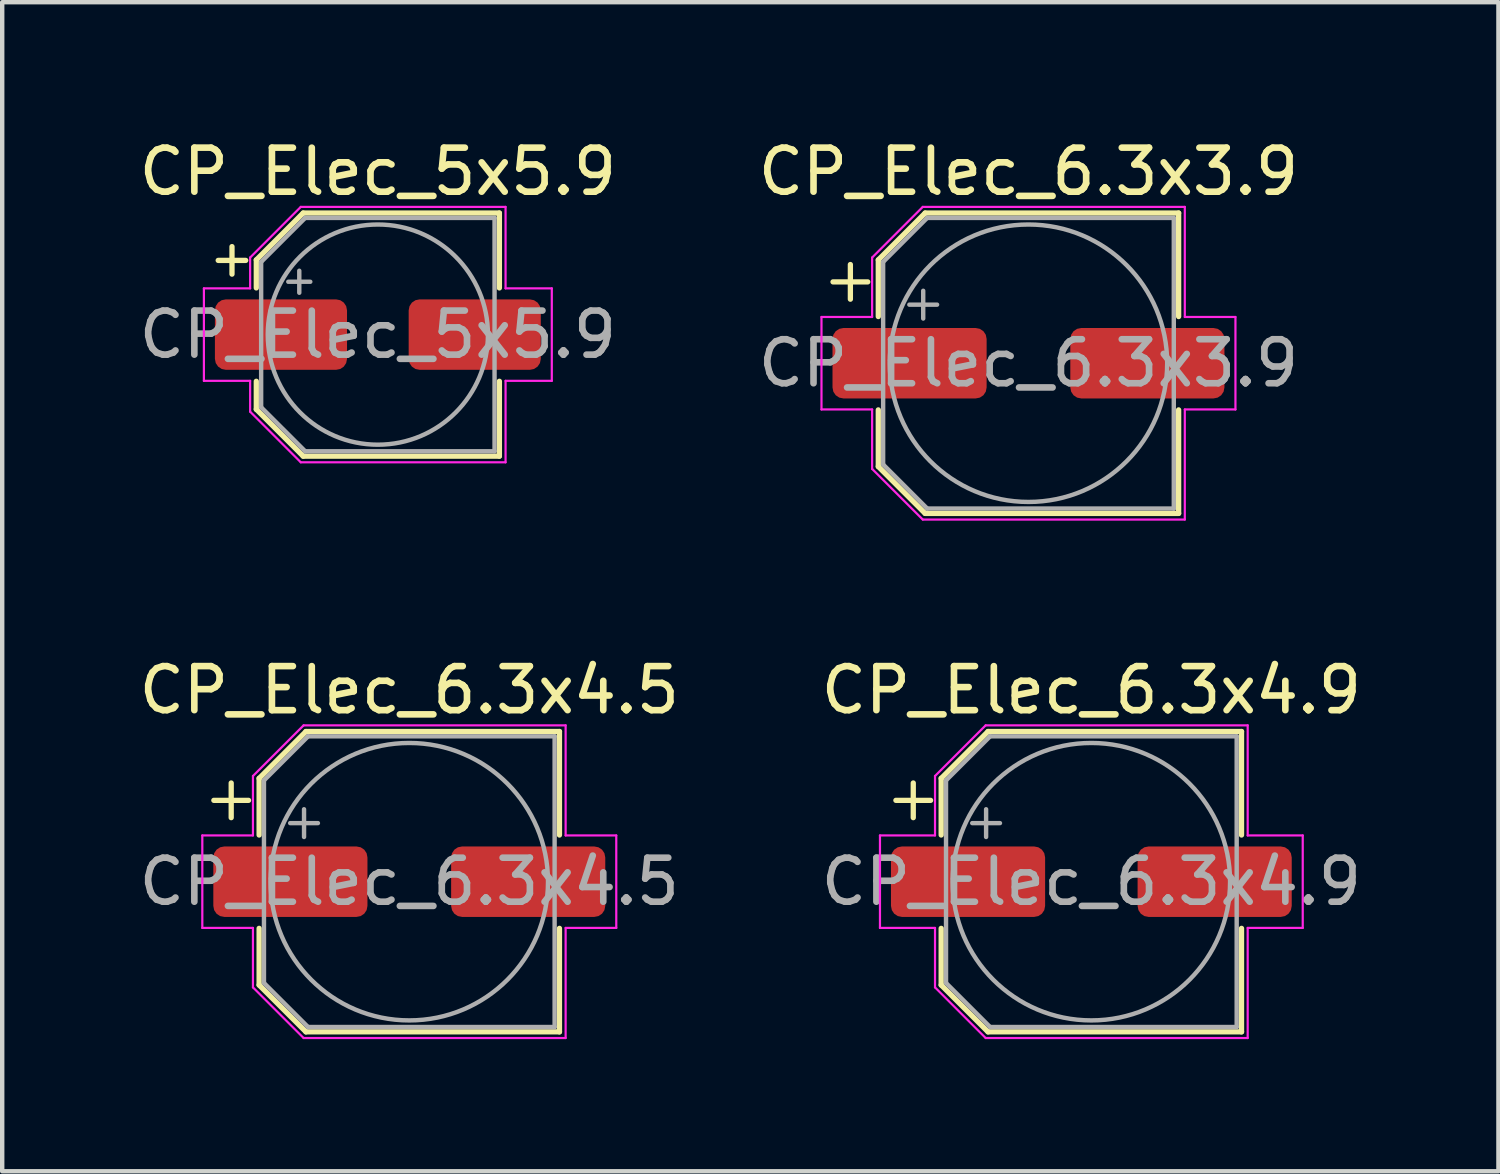
<source format=kicad_pcb>
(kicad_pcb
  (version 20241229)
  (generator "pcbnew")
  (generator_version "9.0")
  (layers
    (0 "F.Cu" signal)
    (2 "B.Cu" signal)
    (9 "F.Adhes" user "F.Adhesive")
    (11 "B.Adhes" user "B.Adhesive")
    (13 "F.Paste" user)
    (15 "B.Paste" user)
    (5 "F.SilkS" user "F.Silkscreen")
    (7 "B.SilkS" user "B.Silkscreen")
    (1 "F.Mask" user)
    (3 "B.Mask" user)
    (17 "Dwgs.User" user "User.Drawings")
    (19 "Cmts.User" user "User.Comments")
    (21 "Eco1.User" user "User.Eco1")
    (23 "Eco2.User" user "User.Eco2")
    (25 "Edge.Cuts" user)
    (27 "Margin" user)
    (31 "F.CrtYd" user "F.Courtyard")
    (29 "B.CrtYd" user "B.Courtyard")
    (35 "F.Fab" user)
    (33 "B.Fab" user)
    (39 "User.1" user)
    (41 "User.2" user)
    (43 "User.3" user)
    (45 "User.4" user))
  (footprint "CP_Elec_6.3x3.9"
    (layer "F.Cu")
    (at 20.304 5.198)
    (property "Reference" "CP_Elec_6.3x3.9" (at 0 -4.35 0) (layer "F.SilkS") (effects (font (size 1 1) (thickness 0.15))))
    (attr smd)
    (fp_line (start -4.438 -1.847) (end -3.65 -1.847) (stroke (width 0.12) (type solid)) (layer "F.SilkS"))
    (fp_line (start -4.044 -2.241) (end -4.044 -1.454) (stroke (width 0.12) (type solid)) (layer "F.SilkS"))
    (fp_line (start -3.41 -2.346) (end -3.41 -1.06) (stroke (width 0.12) (type solid)) (layer "F.SilkS"))
    (fp_line (start -3.41 -2.346) (end -2.346 -3.41) (stroke (width 0.12) (type solid)) (layer "F.SilkS"))
    (fp_line (start -3.41 2.346) (end -3.41 1.06) (stroke (width 0.12) (type solid)) (layer "F.SilkS"))
    (fp_line (start -3.41 2.346) (end -2.346 3.41) (stroke (width 0.12) (type solid)) (layer "F.SilkS"))
    (fp_line (start -2.346 -3.41) (end 3.41 -3.41) (stroke (width 0.12) (type solid)) (layer "F.SilkS"))
    (fp_line (start -2.346 3.41) (end 3.41 3.41) (stroke (width 0.12) (type solid)) (layer "F.SilkS"))
    (fp_line (start 3.41 -3.41) (end 3.41 -1.06) (stroke (width 0.12) (type solid)) (layer "F.SilkS"))
    (fp_line (start 3.41 3.41) (end 3.41 1.06) (stroke (width 0.12) (type solid)) (layer "F.SilkS"))
    (fp_line (start -4.7 -1.05) (end -4.7 1.05) (stroke (width 0.05) (type solid)) (layer "F.CrtYd"))
    (fp_line (start -4.7 1.05) (end -3.55 1.05) (stroke (width 0.05) (type solid)) (layer "F.CrtYd"))
    (fp_line (start -3.55 -2.4) (end -3.55 -1.05) (stroke (width 0.05) (type solid)) (layer "F.CrtYd"))
    (fp_line (start -3.55 -2.4) (end -2.4 -3.55) (stroke (width 0.05) (type solid)) (layer "F.CrtYd"))
    (fp_line (start -3.55 -1.05) (end -4.7 -1.05) (stroke (width 0.05) (type solid)) (layer "F.CrtYd"))
    (fp_line (start -3.55 1.05) (end -3.55 2.4) (stroke (width 0.05) (type solid)) (layer "F.CrtYd"))
    (fp_line (start -3.55 2.4) (end -2.4 3.55) (stroke (width 0.05) (type solid)) (layer "F.CrtYd"))
    (fp_line (start -2.4 -3.55) (end 3.55 -3.55) (stroke (width 0.05) (type solid)) (layer "F.CrtYd"))
    (fp_line (start -2.4 3.55) (end 3.55 3.55) (stroke (width 0.05) (type solid)) (layer "F.CrtYd"))
    (fp_line (start 3.55 -3.55) (end 3.55 -1.05) (stroke (width 0.05) (type solid)) (layer "F.CrtYd"))
    (fp_line (start 3.55 -1.05) (end 4.7 -1.05) (stroke (width 0.05) (type solid)) (layer "F.CrtYd"))
    (fp_line (start 3.55 1.05) (end 3.55 3.55) (stroke (width 0.05) (type solid)) (layer "F.CrtYd"))
    (fp_line (start 4.7 -1.05) (end 4.7 1.05) (stroke (width 0.05) (type solid)) (layer "F.CrtYd"))
    (fp_line (start 4.7 1.05) (end 3.55 1.05) (stroke (width 0.05) (type solid)) (layer "F.CrtYd"))
    (fp_line (start -3.3 -2.3) (end -3.3 2.3) (stroke (width 0.1) (type solid)) (layer "F.Fab"))
    (fp_line (start -3.3 -2.3) (end -2.3 -3.3) (stroke (width 0.1) (type solid)) (layer "F.Fab"))
    (fp_line (start -3.3 2.3) (end -2.3 3.3) (stroke (width 0.1) (type solid)) (layer "F.Fab"))
    (fp_line (start -2.705 -1.33) (end -2.075 -1.33) (stroke (width 0.1) (type solid)) (layer "F.Fab"))
    (fp_line (start -2.39 -1.645) (end -2.39 -1.015) (stroke (width 0.1) (type solid)) (layer "F.Fab"))
    (fp_line (start -2.3 -3.3) (end 3.3 -3.3) (stroke (width 0.1) (type solid)) (layer "F.Fab"))
    (fp_line (start -2.3 3.3) (end 3.3 3.3) (stroke (width 0.1) (type solid)) (layer "F.Fab"))
    (fp_line (start 3.3 -3.3) (end 3.3 3.3) (stroke (width 0.1) (type solid)) (layer "F.Fab"))
    (fp_circle (center 0 0) (end 3.15 0) (stroke (width 0.1) (type solid)) (fill no) (layer "F.Fab"))
    (fp_text user "${REFERENCE}" (at 0 0 0) (layer "F.Fab") (effects (font (size 1 1) (thickness 0.15))))
    (pad "1" smd roundrect (at -2.7 0) (size 3.5 1.6) (layers "F.Cu" "F.Mask" "F.Paste") (roundrect_rratio 0.156))
    (pad "2" smd roundrect (at 2.7 0) (size 3.5 1.6) (layers "F.Cu" "F.Mask" "F.Paste") (roundrect_rratio 0.156)))
  (footprint "CP_Elec_6.3x4.5"
    (layer "F.Cu")
    (at 6.244 16.971)
    (property "Reference" "CP_Elec_6.3x4.5" (at 0 -4.35 0) (layer "F.SilkS") (effects (font (size 1 1) (thickness 0.15))))
    (attr smd)
    (fp_line (start -4.438 -1.847) (end -3.65 -1.847) (stroke (width 0.12) (type solid)) (layer "F.SilkS"))
    (fp_line (start -4.044 -2.241) (end -4.044 -1.454) (stroke (width 0.12) (type solid)) (layer "F.SilkS"))
    (fp_line (start -3.41 -2.346) (end -3.41 -1.06) (stroke (width 0.12) (type solid)) (layer "F.SilkS"))
    (fp_line (start -3.41 -2.346) (end -2.346 -3.41) (stroke (width 0.12) (type solid)) (layer "F.SilkS"))
    (fp_line (start -3.41 2.346) (end -3.41 1.06) (stroke (width 0.12) (type solid)) (layer "F.SilkS"))
    (fp_line (start -3.41 2.346) (end -2.346 3.41) (stroke (width 0.12) (type solid)) (layer "F.SilkS"))
    (fp_line (start -2.346 -3.41) (end 3.41 -3.41) (stroke (width 0.12) (type solid)) (layer "F.SilkS"))
    (fp_line (start -2.346 3.41) (end 3.41 3.41) (stroke (width 0.12) (type solid)) (layer "F.SilkS"))
    (fp_line (start 3.41 -3.41) (end 3.41 -1.06) (stroke (width 0.12) (type solid)) (layer "F.SilkS"))
    (fp_line (start 3.41 3.41) (end 3.41 1.06) (stroke (width 0.12) (type solid)) (layer "F.SilkS"))
    (fp_line (start -4.7 -1.05) (end -4.7 1.05) (stroke (width 0.05) (type solid)) (layer "F.CrtYd"))
    (fp_line (start -4.7 1.05) (end -3.55 1.05) (stroke (width 0.05) (type solid)) (layer "F.CrtYd"))
    (fp_line (start -3.55 -2.4) (end -3.55 -1.05) (stroke (width 0.05) (type solid)) (layer "F.CrtYd"))
    (fp_line (start -3.55 -2.4) (end -2.4 -3.55) (stroke (width 0.05) (type solid)) (layer "F.CrtYd"))
    (fp_line (start -3.55 -1.05) (end -4.7 -1.05) (stroke (width 0.05) (type solid)) (layer "F.CrtYd"))
    (fp_line (start -3.55 1.05) (end -3.55 2.4) (stroke (width 0.05) (type solid)) (layer "F.CrtYd"))
    (fp_line (start -3.55 2.4) (end -2.4 3.55) (stroke (width 0.05) (type solid)) (layer "F.CrtYd"))
    (fp_line (start -2.4 -3.55) (end 3.55 -3.55) (stroke (width 0.05) (type solid)) (layer "F.CrtYd"))
    (fp_line (start -2.4 3.55) (end 3.55 3.55) (stroke (width 0.05) (type solid)) (layer "F.CrtYd"))
    (fp_line (start 3.55 -3.55) (end 3.55 -1.05) (stroke (width 0.05) (type solid)) (layer "F.CrtYd"))
    (fp_line (start 3.55 -1.05) (end 4.7 -1.05) (stroke (width 0.05) (type solid)) (layer "F.CrtYd"))
    (fp_line (start 3.55 1.05) (end 3.55 3.55) (stroke (width 0.05) (type solid)) (layer "F.CrtYd"))
    (fp_line (start 4.7 -1.05) (end 4.7 1.05) (stroke (width 0.05) (type solid)) (layer "F.CrtYd"))
    (fp_line (start 4.7 1.05) (end 3.55 1.05) (stroke (width 0.05) (type solid)) (layer "F.CrtYd"))
    (fp_line (start -3.3 -2.3) (end -3.3 2.3) (stroke (width 0.1) (type solid)) (layer "F.Fab"))
    (fp_line (start -3.3 -2.3) (end -2.3 -3.3) (stroke (width 0.1) (type solid)) (layer "F.Fab"))
    (fp_line (start -3.3 2.3) (end -2.3 3.3) (stroke (width 0.1) (type solid)) (layer "F.Fab"))
    (fp_line (start -2.705 -1.33) (end -2.075 -1.33) (stroke (width 0.1) (type solid)) (layer "F.Fab"))
    (fp_line (start -2.39 -1.645) (end -2.39 -1.015) (stroke (width 0.1) (type solid)) (layer "F.Fab"))
    (fp_line (start -2.3 -3.3) (end 3.3 -3.3) (stroke (width 0.1) (type solid)) (layer "F.Fab"))
    (fp_line (start -2.3 3.3) (end 3.3 3.3) (stroke (width 0.1) (type solid)) (layer "F.Fab"))
    (fp_line (start 3.3 -3.3) (end 3.3 3.3) (stroke (width 0.1) (type solid)) (layer "F.Fab"))
    (fp_circle (center 0 0) (end 3.15 0) (stroke (width 0.1) (type solid)) (fill no) (layer "F.Fab"))
    (fp_text user "${REFERENCE}" (at 0 0 0) (layer "F.Fab") (effects (font (size 1 1) (thickness 0.15))))
    (pad "1" smd roundrect (at -2.7 0) (size 3.5 1.6) (layers "F.Cu" "F.Mask" "F.Paste") (roundrect_rratio 0.156))
    (pad "2" smd roundrect (at 2.7 0) (size 3.5 1.6) (layers "F.Cu" "F.Mask" "F.Paste") (roundrect_rratio 0.156)))
  (footprint "CP_Elec_5x5.9"
    (layer "F.Cu")
    (at 5.53 4.548)
    (property "Reference" "CP_Elec_5x5.9" (at 0 -3.7 0) (layer "F.SilkS") (effects (font (size 1 1) (thickness 0.15))))
    (attr smd)
    (fp_line (start -3.625 -1.685) (end -3 -1.685) (stroke (width 0.12) (type solid)) (layer "F.SilkS"))
    (fp_line (start -3.312 -1.998) (end -3.312 -1.373) (stroke (width 0.12) (type solid)) (layer "F.SilkS"))
    (fp_line (start -2.76 -1.696) (end -2.76 -1.06) (stroke (width 0.12) (type solid)) (layer "F.SilkS"))
    (fp_line (start -2.76 -1.696) (end -1.696 -2.76) (stroke (width 0.12) (type solid)) (layer "F.SilkS"))
    (fp_line (start -2.76 1.696) (end -2.76 1.06) (stroke (width 0.12) (type solid)) (layer "F.SilkS"))
    (fp_line (start -2.76 1.696) (end -1.696 2.76) (stroke (width 0.12) (type solid)) (layer "F.SilkS"))
    (fp_line (start -1.696 -2.76) (end 2.76 -2.76) (stroke (width 0.12) (type solid)) (layer "F.SilkS"))
    (fp_line (start -1.696 2.76) (end 2.76 2.76) (stroke (width 0.12) (type solid)) (layer "F.SilkS"))
    (fp_line (start 2.76 -2.76) (end 2.76 -1.06) (stroke (width 0.12) (type solid)) (layer "F.SilkS"))
    (fp_line (start 2.76 2.76) (end 2.76 1.06) (stroke (width 0.12) (type solid)) (layer "F.SilkS"))
    (fp_line (start -3.95 -1.05) (end -3.95 1.05) (stroke (width 0.05) (type solid)) (layer "F.CrtYd"))
    (fp_line (start -3.95 1.05) (end -2.9 1.05) (stroke (width 0.05) (type solid)) (layer "F.CrtYd"))
    (fp_line (start -2.9 -1.75) (end -2.9 -1.05) (stroke (width 0.05) (type solid)) (layer "F.CrtYd"))
    (fp_line (start -2.9 -1.75) (end -1.75 -2.9) (stroke (width 0.05) (type solid)) (layer "F.CrtYd"))
    (fp_line (start -2.9 -1.05) (end -3.95 -1.05) (stroke (width 0.05) (type solid)) (layer "F.CrtYd"))
    (fp_line (start -2.9 1.05) (end -2.9 1.75) (stroke (width 0.05) (type solid)) (layer "F.CrtYd"))
    (fp_line (start -2.9 1.75) (end -1.75 2.9) (stroke (width 0.05) (type solid)) (layer "F.CrtYd"))
    (fp_line (start -1.75 -2.9) (end 2.9 -2.9) (stroke (width 0.05) (type solid)) (layer "F.CrtYd"))
    (fp_line (start -1.75 2.9) (end 2.9 2.9) (stroke (width 0.05) (type solid)) (layer "F.CrtYd"))
    (fp_line (start 2.9 -2.9) (end 2.9 -1.05) (stroke (width 0.05) (type solid)) (layer "F.CrtYd"))
    (fp_line (start 2.9 -1.05) (end 3.95 -1.05) (stroke (width 0.05) (type solid)) (layer "F.CrtYd"))
    (fp_line (start 2.9 1.05) (end 2.9 2.9) (stroke (width 0.05) (type solid)) (layer "F.CrtYd"))
    (fp_line (start 3.95 -1.05) (end 3.95 1.05) (stroke (width 0.05) (type solid)) (layer "F.CrtYd"))
    (fp_line (start 3.95 1.05) (end 2.9 1.05) (stroke (width 0.05) (type solid)) (layer "F.CrtYd"))
    (fp_line (start -2.65 -1.65) (end -2.65 1.65) (stroke (width 0.1) (type solid)) (layer "F.Fab"))
    (fp_line (start -2.65 -1.65) (end -1.65 -2.65) (stroke (width 0.1) (type solid)) (layer "F.Fab"))
    (fp_line (start -2.65 1.65) (end -1.65 2.65) (stroke (width 0.1) (type solid)) (layer "F.Fab"))
    (fp_line (start -2.034 -1.2) (end -1.534 -1.2) (stroke (width 0.1) (type solid)) (layer "F.Fab"))
    (fp_line (start -1.784 -1.45) (end -1.784 -0.95) (stroke (width 0.1) (type solid)) (layer "F.Fab"))
    (fp_line (start -1.65 -2.65) (end 2.65 -2.65) (stroke (width 0.1) (type solid)) (layer "F.Fab"))
    (fp_line (start -1.65 2.65) (end 2.65 2.65) (stroke (width 0.1) (type solid)) (layer "F.Fab"))
    (fp_line (start 2.65 -2.65) (end 2.65 2.65) (stroke (width 0.1) (type solid)) (layer "F.Fab"))
    (fp_circle (center 0 0) (end 2.5 0) (stroke (width 0.1) (type solid)) (fill no) (layer "F.Fab"))
    (fp_text user "${REFERENCE}" (at 0 0 0) (layer "F.Fab") (effects (font (size 1 1) (thickness 0.15))))
    (pad "1" smd roundrect (at -2.2 0) (size 3 1.6) (layers "F.Cu" "F.Mask" "F.Paste") (roundrect_rratio 0.156))
    (pad "2" smd roundrect (at 2.2 0) (size 3 1.6) (layers "F.Cu" "F.Mask" "F.Paste") (roundrect_rratio 0.156)))
  (footprint "CP_Elec_6.3x4.9"
    (layer "F.Cu")
    (at 21.732 16.971)
    (property "Reference" "CP_Elec_6.3x4.9" (at 0 -4.35 0) (layer "F.SilkS") (effects (font (size 1 1) (thickness 0.15))))
    (attr smd)
    (fp_line (start -4.438 -1.847) (end -3.65 -1.847) (stroke (width 0.12) (type solid)) (layer "F.SilkS"))
    (fp_line (start -4.044 -2.241) (end -4.044 -1.454) (stroke (width 0.12) (type solid)) (layer "F.SilkS"))
    (fp_line (start -3.41 -2.346) (end -3.41 -1.06) (stroke (width 0.12) (type solid)) (layer "F.SilkS"))
    (fp_line (start -3.41 -2.346) (end -2.346 -3.41) (stroke (width 0.12) (type solid)) (layer "F.SilkS"))
    (fp_line (start -3.41 2.346) (end -3.41 1.06) (stroke (width 0.12) (type solid)) (layer "F.SilkS"))
    (fp_line (start -3.41 2.346) (end -2.346 3.41) (stroke (width 0.12) (type solid)) (layer "F.SilkS"))
    (fp_line (start -2.346 -3.41) (end 3.41 -3.41) (stroke (width 0.12) (type solid)) (layer "F.SilkS"))
    (fp_line (start -2.346 3.41) (end 3.41 3.41) (stroke (width 0.12) (type solid)) (layer "F.SilkS"))
    (fp_line (start 3.41 -3.41) (end 3.41 -1.06) (stroke (width 0.12) (type solid)) (layer "F.SilkS"))
    (fp_line (start 3.41 3.41) (end 3.41 1.06) (stroke (width 0.12) (type solid)) (layer "F.SilkS"))
    (fp_line (start -4.8 -1.05) (end -4.8 1.05) (stroke (width 0.05) (type solid)) (layer "F.CrtYd"))
    (fp_line (start -4.8 1.05) (end -3.55 1.05) (stroke (width 0.05) (type solid)) (layer "F.CrtYd"))
    (fp_line (start -3.55 -2.4) (end -3.55 -1.05) (stroke (width 0.05) (type solid)) (layer "F.CrtYd"))
    (fp_line (start -3.55 -2.4) (end -2.4 -3.55) (stroke (width 0.05) (type solid)) (layer "F.CrtYd"))
    (fp_line (start -3.55 -1.05) (end -4.8 -1.05) (stroke (width 0.05) (type solid)) (layer "F.CrtYd"))
    (fp_line (start -3.55 1.05) (end -3.55 2.4) (stroke (width 0.05) (type solid)) (layer "F.CrtYd"))
    (fp_line (start -3.55 2.4) (end -2.4 3.55) (stroke (width 0.05) (type solid)) (layer "F.CrtYd"))
    (fp_line (start -2.4 -3.55) (end 3.55 -3.55) (stroke (width 0.05) (type solid)) (layer "F.CrtYd"))
    (fp_line (start -2.4 3.55) (end 3.55 3.55) (stroke (width 0.05) (type solid)) (layer "F.CrtYd"))
    (fp_line (start 3.55 -3.55) (end 3.55 -1.05) (stroke (width 0.05) (type solid)) (layer "F.CrtYd"))
    (fp_line (start 3.55 -1.05) (end 4.8 -1.05) (stroke (width 0.05) (type solid)) (layer "F.CrtYd"))
    (fp_line (start 3.55 1.05) (end 3.55 3.55) (stroke (width 0.05) (type solid)) (layer "F.CrtYd"))
    (fp_line (start 4.8 -1.05) (end 4.8 1.05) (stroke (width 0.05) (type solid)) (layer "F.CrtYd"))
    (fp_line (start 4.8 1.05) (end 3.55 1.05) (stroke (width 0.05) (type solid)) (layer "F.CrtYd"))
    (fp_line (start -3.3 -2.3) (end -3.3 2.3) (stroke (width 0.1) (type solid)) (layer "F.Fab"))
    (fp_line (start -3.3 -2.3) (end -2.3 -3.3) (stroke (width 0.1) (type solid)) (layer "F.Fab"))
    (fp_line (start -3.3 2.3) (end -2.3 3.3) (stroke (width 0.1) (type solid)) (layer "F.Fab"))
    (fp_line (start -2.705 -1.33) (end -2.075 -1.33) (stroke (width 0.1) (type solid)) (layer "F.Fab"))
    (fp_line (start -2.39 -1.645) (end -2.39 -1.015) (stroke (width 0.1) (type solid)) (layer "F.Fab"))
    (fp_line (start -2.3 -3.3) (end 3.3 -3.3) (stroke (width 0.1) (type solid)) (layer "F.Fab"))
    (fp_line (start -2.3 3.3) (end 3.3 3.3) (stroke (width 0.1) (type solid)) (layer "F.Fab"))
    (fp_line (start 3.3 -3.3) (end 3.3 3.3) (stroke (width 0.1) (type solid)) (layer "F.Fab"))
    (fp_circle (center 0 0) (end 3.15 0) (stroke (width 0.1) (type solid)) (fill no) (layer "F.Fab"))
    (fp_text user "${REFERENCE}" (at 0 0 0) (layer "F.Fab") (effects (font (size 1 1) (thickness 0.15))))
    (pad "1" smd roundrect (at -2.8 0) (size 3.5 1.6) (layers "F.Cu" "F.Mask" "F.Paste") (roundrect_rratio 0.156))
    (pad "2" smd roundrect (at 2.8 0) (size 3.5 1.6) (layers "F.Cu" "F.Mask" "F.Paste") (roundrect_rratio 0.156)))
  (gr_rect
    (start -3 -3)
    (end 30.976 23.547)
    (stroke (width 0.1) (type default))
    (fill no)
    (layer "Edge.Cuts")))
</source>
